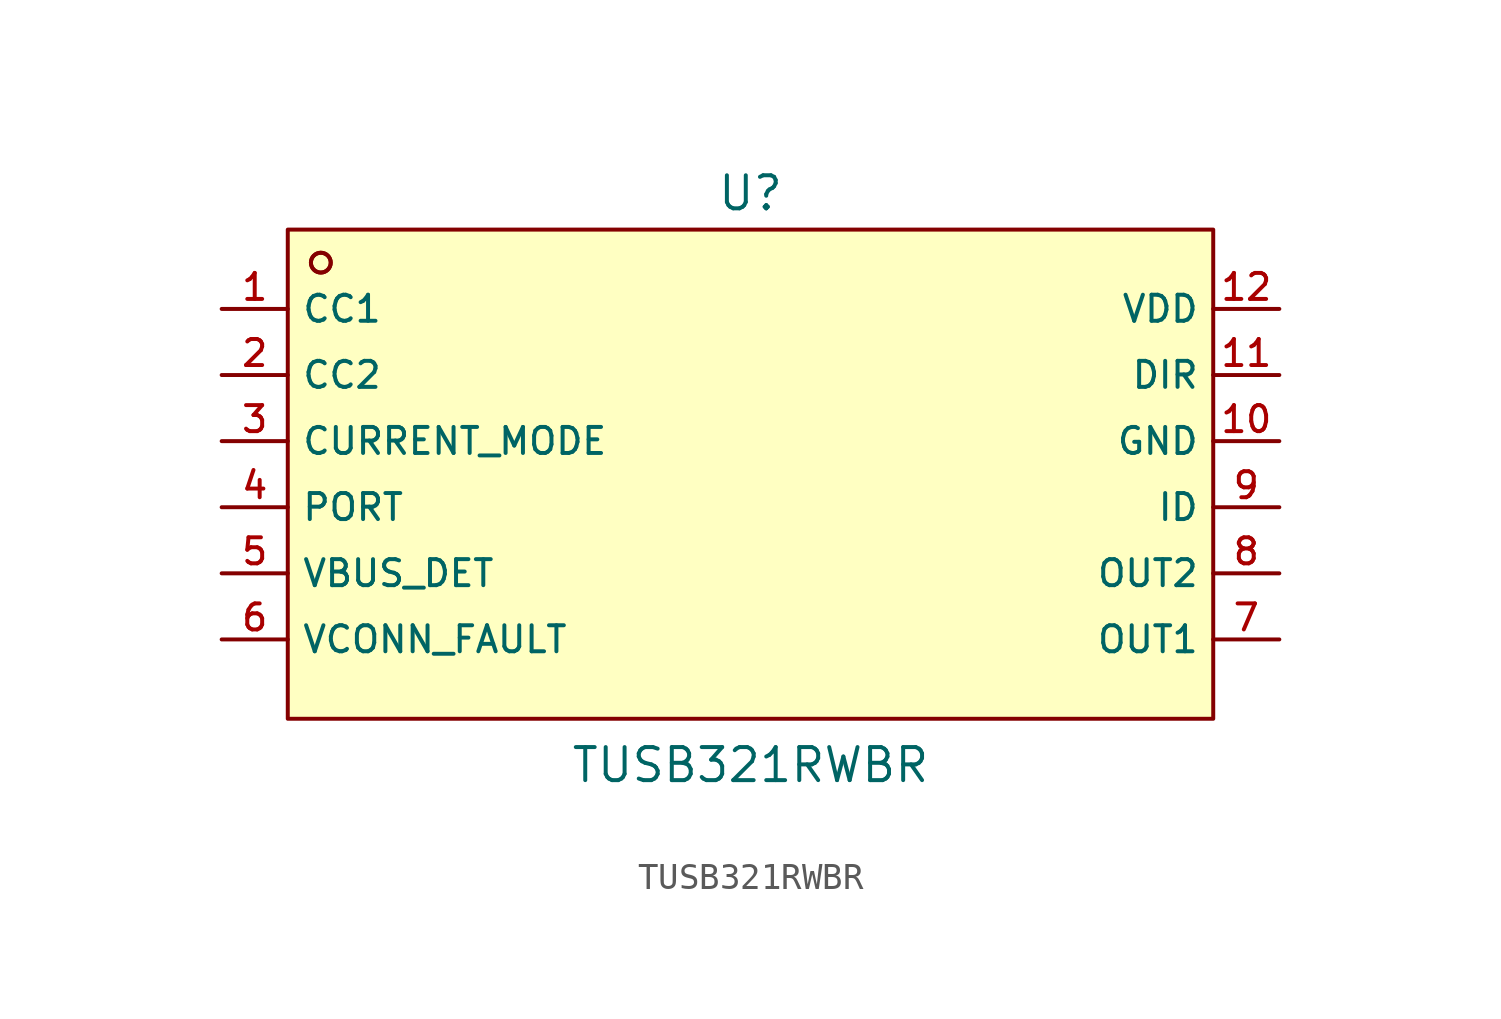
<source format=kicad_sym>
(kicad_symbol_lib
  (version 20220914)
  (generator kicad_symbol_editor)
  (symbol "TUSB321RWBR"
    (property "Reference" "U"
      (at 0 10.795 0)
      (effects (font (size 1.27 1.27))))
    (property "Value" "TUSB321RWBR"
      (at 0 -11.176 0)
      (effects (font (size 1.27 1.27))))
    (symbol "TUSB321RWBR_0_1"
      (rectangle (start -17.78 9.398) (end 17.78 -9.398) (stroke (width 0) (type default)) (fill (type background)))
      (circle (center -16.51 8.128) (radius 0.381) (stroke (width 0) (type default)) (fill (type background)))
      (circle (center -16.51 8.128) (radius 0.381) (stroke (width 0) (type default)) (fill (type background)))
      (pin unspecified line (at -20.32 6.35 0) (length 2.54) (name "CC1" (effects (font (size 1 1)))) (number "1" (effects (font (size 1 1)))))
      (pin unspecified line (at 20.32 1.27 180) (length 2.54) (name "GND" (effects (font (size 1 1)))) (number "10" (effects (font (size 1 1)))))
      (pin unspecified line (at 20.32 3.81 180) (length 2.54) (name "DIR" (effects (font (size 1 1)))) (number "11" (effects (font (size 1 1)))))
      (pin unspecified line (at 20.32 6.35 180) (length 2.54) (name "VDD" (effects (font (size 1 1)))) (number "12" (effects (font (size 1 1)))))
      (pin unspecified line (at -20.32 3.81 0) (length 2.54) (name "CC2" (effects (font (size 1 1)))) (number "2" (effects (font (size 1 1)))))
      (pin unspecified line (at -20.32 1.27 0) (length 2.54) (name "CURRENT_MODE" (effects (font (size 1 1)))) (number "3" (effects (font (size 1 1)))))
      (pin unspecified line (at -20.32 -1.27 0) (length 2.54) (name "PORT" (effects (font (size 1 1)))) (number "4" (effects (font (size 1 1)))))
      (pin unspecified line (at -20.32 -3.81 0) (length 2.54) (name "VBUS_DET" (effects (font (size 1 1)))) (number "5" (effects (font (size 1 1)))))
      (pin unspecified line (at -20.32 -6.35 0) (length 2.54) (name "VCONN_FAULT" (effects (font (size 1 1)))) (number "6" (effects (font (size 1 1)))))
      (pin unspecified line (at 20.32 -6.35 180) (length 2.54) (name "OUT1" (effects (font (size 1 1)))) (number "7" (effects (font (size 1 1)))))
      (pin unspecified line (at 20.32 -3.81 180) (length 2.54) (name "OUT2" (effects (font (size 1 1)))) (number "8" (effects (font (size 1 1)))))
      (pin unspecified line (at 20.32 -1.27 180) (length 2.54) (name "ID" (effects (font (size 1 1)))) (number "9" (effects (font (size 1 1))))))))
</source>
